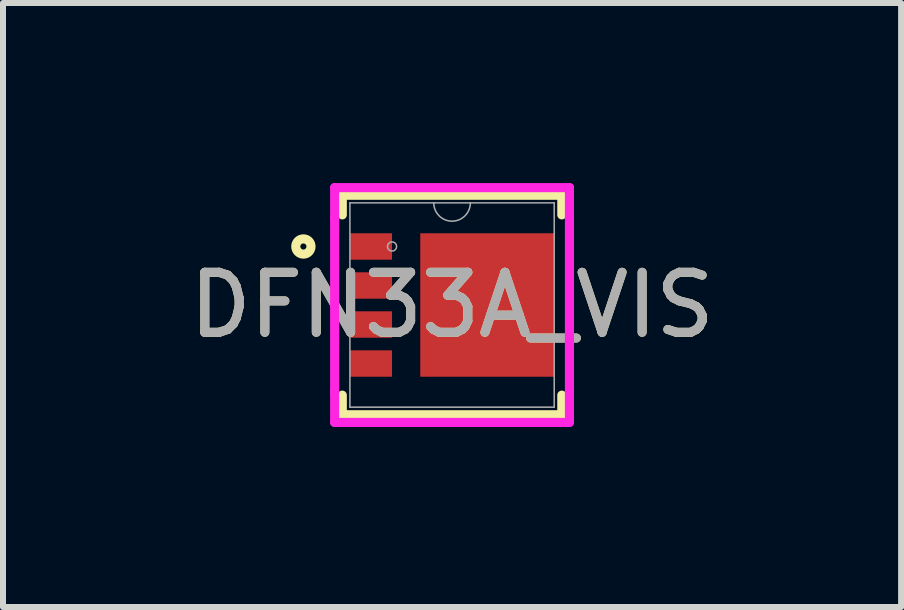
<source format=kicad_pcb>
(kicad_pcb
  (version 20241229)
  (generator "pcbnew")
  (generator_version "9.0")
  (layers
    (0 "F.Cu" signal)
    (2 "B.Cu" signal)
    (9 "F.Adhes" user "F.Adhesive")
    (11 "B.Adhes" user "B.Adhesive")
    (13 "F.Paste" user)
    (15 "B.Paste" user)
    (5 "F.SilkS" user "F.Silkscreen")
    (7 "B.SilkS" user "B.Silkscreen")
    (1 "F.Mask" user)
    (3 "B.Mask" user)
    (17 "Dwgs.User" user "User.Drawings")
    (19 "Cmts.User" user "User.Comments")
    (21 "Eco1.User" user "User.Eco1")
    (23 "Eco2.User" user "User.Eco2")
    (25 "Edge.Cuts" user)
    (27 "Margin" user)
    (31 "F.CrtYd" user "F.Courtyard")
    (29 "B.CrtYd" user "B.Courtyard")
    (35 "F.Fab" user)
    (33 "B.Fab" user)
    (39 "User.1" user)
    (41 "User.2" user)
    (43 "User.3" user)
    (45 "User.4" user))
  (footprint "DFN33A_VIS"
    (layer "F.Cu")
    (at 4.482 2.032)
    (property "Reference" "DFN33A_VIS" (at 0 0 0) (unlocked yes) (layer "F.SilkS") (effects (font (size 1 1) (thickness 0.15))))
    (attr smd)
    (fp_poly (pts (xy 1.7 -1.195) (xy -0.53 -1.195) (xy -0.53 1.195) (xy 1.7 1.195)) (stroke (width 0) (type solid)) (fill yes) (layer "F.Cu"))
    (fp_poly (pts (xy 1.7 -1.195) (xy -0.53 -1.195) (xy -0.53 1.195) (xy 1.7 1.195)) (stroke (width 0) (type solid)) (fill yes) (layer "F.Mask"))
    (fp_line (start -1.829 -1.829) (end -1.829 -1.502) (stroke (width 0.152) (type solid)) (layer "F.SilkS"))
    (fp_line (start -1.829 1.502) (end -1.829 1.829) (stroke (width 0.152) (type solid)) (layer "F.SilkS"))
    (fp_line (start -1.829 1.829) (end 1.829 1.829) (stroke (width 0.152) (type solid)) (layer "F.SilkS"))
    (fp_line (start 1.829 -1.829) (end -1.829 -1.829) (stroke (width 0.152) (type solid)) (layer "F.SilkS"))
    (fp_line (start 1.829 -1.502) (end 1.829 -1.829) (stroke (width 0.152) (type solid)) (layer "F.SilkS"))
    (fp_line (start 1.829 1.829) (end 1.829 1.502) (stroke (width 0.152) (type solid)) (layer "F.SilkS"))
    (fp_circle (center -2.477 -0.975) (end -2.35 -0.975) (stroke (width 0.152) (type solid)) (fill no) (layer "F.SilkS"))
    (fp_poly (pts (xy 1.7 -1.195) (xy -0.53 -1.195) (xy -0.53 1.195) (xy 1.7 1.195)) (stroke (width 0) (type solid)) (fill yes) (layer "F.Paste"))
    (fp_line (start -1.956 -1.956) (end 1.956 -1.956) (stroke (width 0.152) (type solid)) (layer "F.CrtYd"))
    (fp_line (start -1.956 -1.449) (end -1.956 -1.956) (stroke (width 0.152) (type solid)) (layer "F.CrtYd"))
    (fp_line (start -1.956 -1.449) (end -1.956 -1.449) (stroke (width 0.152) (type solid)) (layer "F.CrtYd"))
    (fp_line (start -1.956 1.449) (end -1.956 -1.449) (stroke (width 0.152) (type solid)) (layer "F.CrtYd"))
    (fp_line (start -1.956 1.449) (end -1.956 1.449) (stroke (width 0.152) (type solid)) (layer "F.CrtYd"))
    (fp_line (start -1.956 1.956) (end -1.956 1.449) (stroke (width 0.152) (type solid)) (layer "F.CrtYd"))
    (fp_line (start 1.956 -1.956) (end 1.956 -1.449) (stroke (width 0.152) (type solid)) (layer "F.CrtYd"))
    (fp_line (start 1.956 -1.449) (end 1.956 -1.449) (stroke (width 0.152) (type solid)) (layer "F.CrtYd"))
    (fp_line (start 1.956 -1.449) (end 1.956 1.449) (stroke (width 0.152) (type solid)) (layer "F.CrtYd"))
    (fp_line (start 1.956 1.449) (end 1.956 1.449) (stroke (width 0.152) (type solid)) (layer "F.CrtYd"))
    (fp_line (start 1.956 1.449) (end 1.956 1.956) (stroke (width 0.152) (type solid)) (layer "F.CrtYd"))
    (fp_line (start 1.956 1.956) (end -1.956 1.956) (stroke (width 0.152) (type solid)) (layer "F.CrtYd"))
    (fp_line (start -1.702 -1.702) (end -1.702 1.702) (stroke (width 0.025) (type solid)) (layer "F.Fab"))
    (fp_line (start -1.702 1.702) (end 1.702 1.702) (stroke (width 0.025) (type solid)) (layer "F.Fab"))
    (fp_line (start 1.702 -1.702) (end -1.702 -1.702) (stroke (width 0.025) (type solid)) (layer "F.Fab"))
    (fp_line (start 1.702 1.702) (end 1.702 -1.702) (stroke (width 0.025) (type solid)) (layer "F.Fab"))
    (fp_arc (start 0.3048 -1.7018) (mid 0 -1.397) (end -0.3048 -1.7018) (stroke (width 0.0254) (type solid)) (layer "F.Fab"))
    (fp_circle (center -1 -0.975) (end -0.924 -0.975) (stroke (width 0.025) (type solid)) (fill no) (layer "F.Fab"))
    (fp_text user "${REFERENCE}" (at 0 0 0) (unlocked yes) (layer "F.Fab") (effects (font (size 1 1) (thickness 0.15))))
    (pad "1" smd rect (at -1.35 -0.975) (size 0.7 0.44) (layers "F.Cu" "F.Mask" "F.Paste"))
    (pad "2" smd rect (at -1.35 -0.325) (size 0.7 0.44) (layers "F.Cu" "F.Mask" "F.Paste"))
    (pad "3" smd rect (at -1.35 0.325) (size 0.7 0.44) (layers "F.Cu" "F.Mask" "F.Paste"))
    (pad "4" smd rect (at -1.35 0.975) (size 0.7 0.44) (layers "F.Cu" "F.Mask" "F.Paste"))
    (pad "5" smd rect (at 1.35 0.975) (size 0.127 0.127) (layers "F.Cu" "F.Mask" "F.Paste"))
    (pad "6" smd rect (at 1.35 0.325) (size 0.127 0.127) (layers "F.Cu" "F.Mask" "F.Paste"))
    (pad "7" smd rect (at 1.35 -0.325) (size 0.127 0.127) (layers "F.Cu" "F.Mask" "F.Paste"))
    (pad "8" smd rect (at 1.35 -0.975) (size 0.127 0.127) (layers "F.Cu" "F.Mask" "F.Paste")))
  (gr_rect
    (start -3 -3)
    (end 11.964 7.064)
    (stroke (width 0.1) (type default))
    (fill no)
    (layer "Edge.Cuts")))
</source>
